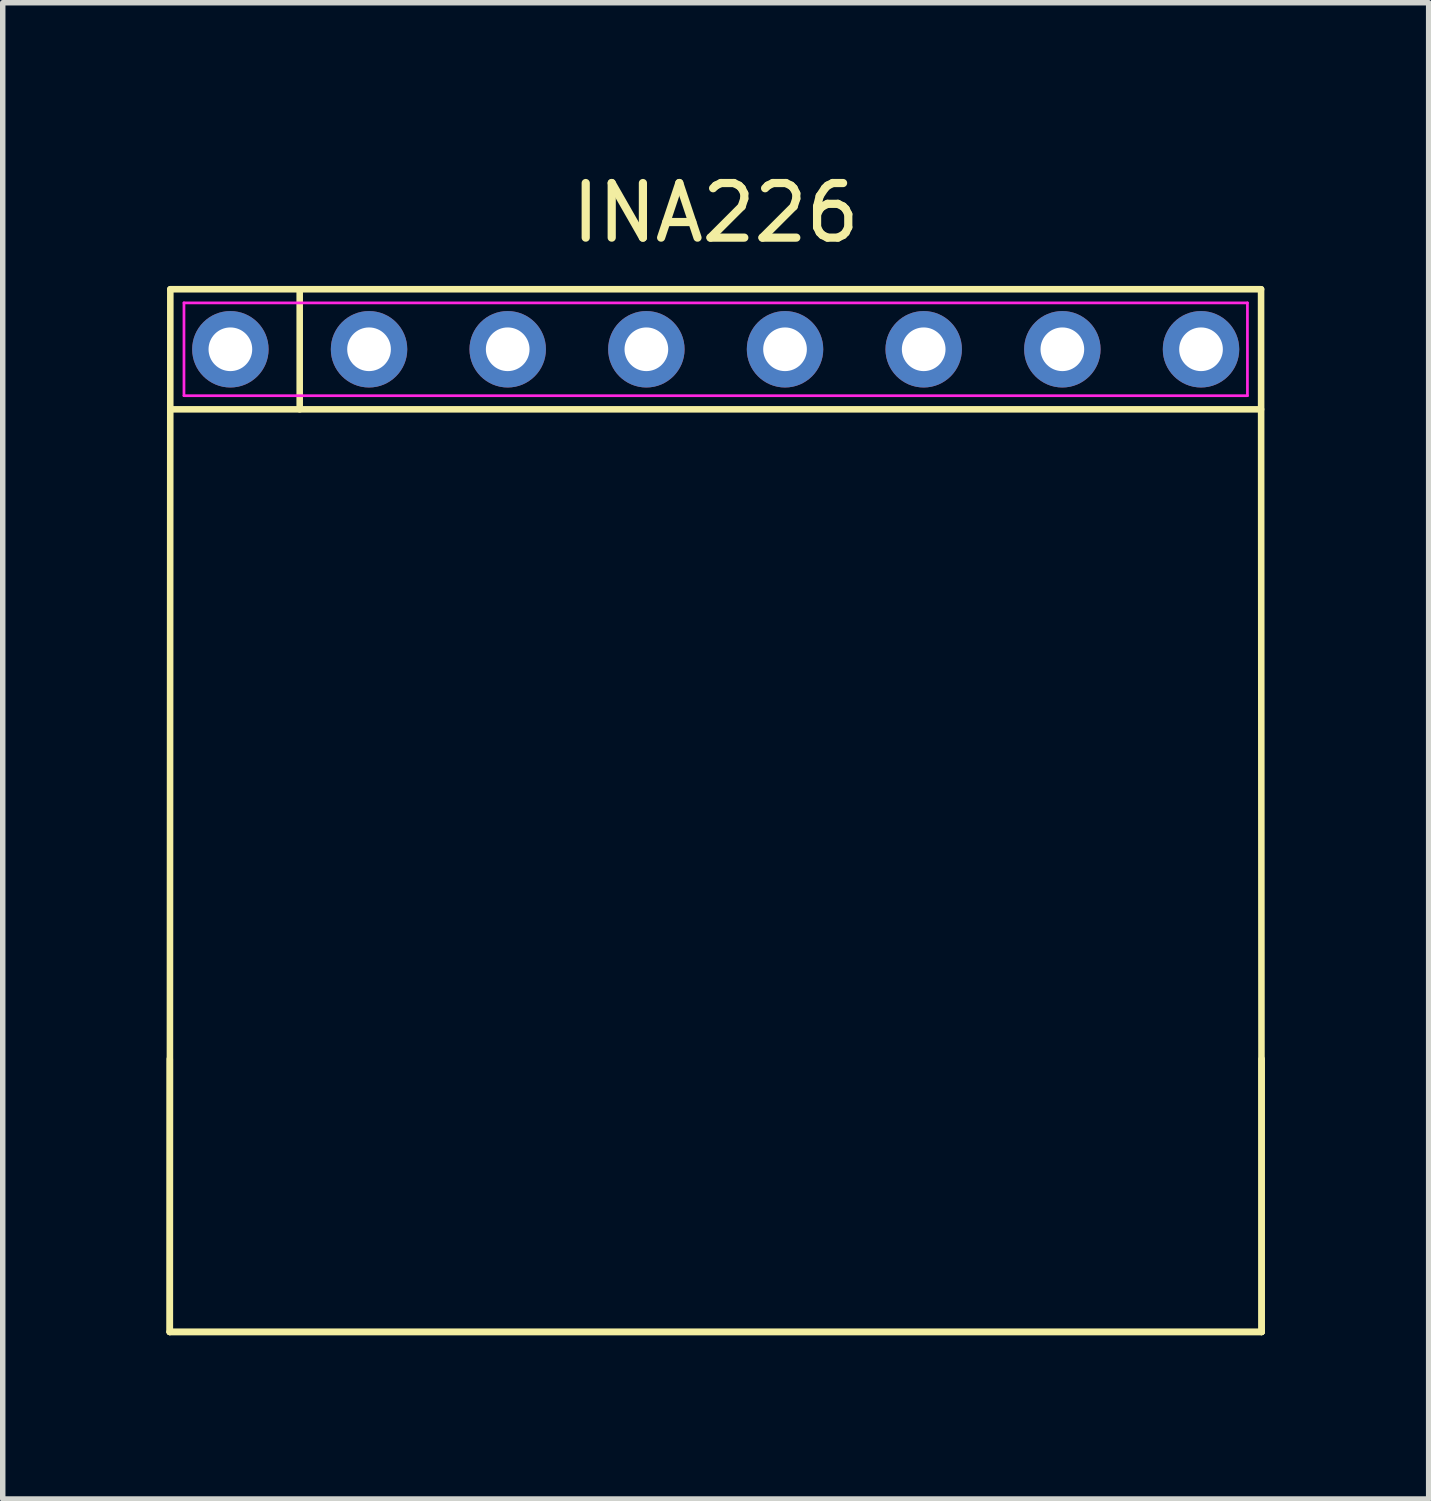
<source format=kicad_pcb>
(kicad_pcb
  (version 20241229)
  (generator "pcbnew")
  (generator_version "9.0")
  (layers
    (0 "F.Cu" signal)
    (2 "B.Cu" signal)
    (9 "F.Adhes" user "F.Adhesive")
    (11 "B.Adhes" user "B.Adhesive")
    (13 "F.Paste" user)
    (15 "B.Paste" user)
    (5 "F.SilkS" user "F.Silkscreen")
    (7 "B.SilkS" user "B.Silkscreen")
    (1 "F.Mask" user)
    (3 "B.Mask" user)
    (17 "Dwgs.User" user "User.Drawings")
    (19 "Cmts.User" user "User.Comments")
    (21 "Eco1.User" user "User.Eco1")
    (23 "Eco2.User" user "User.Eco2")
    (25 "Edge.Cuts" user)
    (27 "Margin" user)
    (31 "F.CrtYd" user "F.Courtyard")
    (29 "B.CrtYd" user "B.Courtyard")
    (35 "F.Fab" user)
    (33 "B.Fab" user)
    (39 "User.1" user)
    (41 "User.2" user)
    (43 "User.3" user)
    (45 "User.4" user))
  (footprint "INA226"
    (layer "F.Cu")
    (at 10.06 3.348)
    (property "Reference" "INA226" (at 0 -2.5 0) (layer "F.SilkS") (effects (font (size 1 1) (thickness 0.15))))
    (attr through_hole)
    (fp_line (start -10 18) (end -10 13) (stroke (width 0.12) (type default)) (layer "F.SilkS"))
    (fp_line (start -10 18) (end 10 18) (stroke (width 0.12) (type default)) (layer "F.SilkS"))
    (fp_line (start -9.99 -1.1) (end -10 18) (stroke (width 0.12) (type default)) (layer "F.SilkS"))
    (fp_line (start -9.99 -1.1) (end 9.99 -1.1) (stroke (width 0.12) (type default)) (layer "F.SilkS"))
    (fp_line (start -7.62 -1.1) (end -7.62 1.1) (stroke (width 0.12) (type default)) (layer "F.SilkS"))
    (fp_line (start 9.99 -1.1) (end 10 18) (stroke (width 0.12) (type default)) (layer "F.SilkS"))
    (fp_line (start 9.99 1.1) (end -9.99 1.1) (stroke (width 0.12) (type default)) (layer "F.SilkS"))
    (fp_line (start 10 13) (end 10 18) (stroke (width 0.12) (type default)) (layer "F.SilkS"))
    (fp_line (start 10 18) (end -10 18) (stroke (width 0.12) (type default)) (layer "F.SilkS"))
    (fp_line (start -9.74 -0.85) (end 9.74 -0.85) (stroke (width 0.05) (type default)) (layer "F.CrtYd"))
    (fp_line (start -9.74 0.85) (end -9.74 -0.85) (stroke (width 0.05) (type default)) (layer "F.CrtYd"))
    (fp_line (start 9.74 -0.85) (end 9.74 0.85) (stroke (width 0.05) (type default)) (layer "F.CrtYd"))
    (fp_line (start 9.74 0.85) (end -9.74 0.85) (stroke (width 0.05) (type default)) (layer "F.CrtYd"))
    (pad "1" thru_hole circle (at -8.89 0) (size 1.4 1.4) (drill 0.8) (layers "*.Cu" "*.Mask"))
    (pad "2" thru_hole circle (at -6.35 0) (size 1.4 1.4) (drill 0.8) (layers "*.Cu" "*.Mask"))
    (pad "3" thru_hole circle (at -3.81 0) (size 1.4 1.4) (drill 0.8) (layers "*.Cu" "*.Mask"))
    (pad "4" thru_hole circle (at -1.27 0) (size 1.4 1.4) (drill 0.8) (layers "*.Cu" "*.Mask"))
    (pad "5" thru_hole circle (at 1.27 0) (size 1.4 1.4) (drill 0.8) (layers "*.Cu" "*.Mask"))
    (pad "6" thru_hole circle (at 3.81 0) (size 1.4 1.4) (drill 0.8) (layers "*.Cu" "*.Mask"))
    (pad "7" thru_hole circle (at 6.35 0) (size 1.4 1.4) (drill 0.8) (layers "*.Cu" "*.Mask"))
    (pad "8" thru_hole circle (at 8.89 0) (size 1.4 1.4) (drill 0.8) (layers "*.Cu" "*.Mask")))
  (gr_rect
    (start -3 -3)
    (end 23.12 24.408)
    (stroke (width 0.1) (type default))
    (fill no)
    (layer "Edge.Cuts")))
</source>
